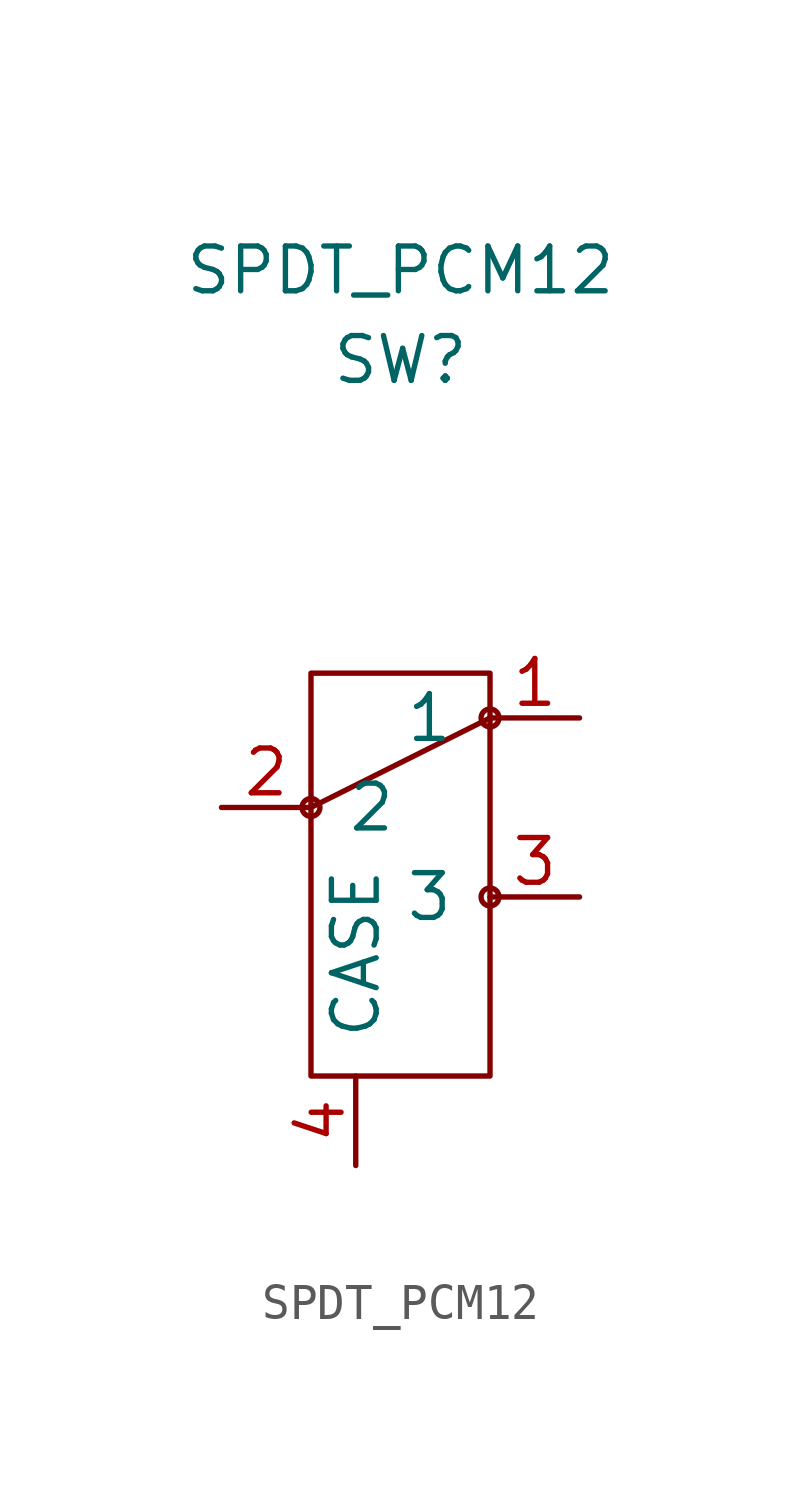
<source format=kicad_sym>
(kicad_symbol_lib
  (version 20220914)
  (generator kicad_symbol_editor)
  (symbol "SPDT_PCM12"
    (pin_names
      (offset 1.016))
    (property "Reference" "SW"
      (at 0 12.7 0)
      (effects (font (size 1.27 1.27))))
    (property "Value" "SPDT_PCM12"
      (at 0 15.24 0)
      (effects (font (size 1.27 1.27))))
    (symbol "SPDT_PCM12_0_1"
      (circle (center -2.54 0) (radius 0.254) (stroke (width 0) (type default)) (fill (type none)))
      (rectangle (start -2.54 3.81) (end 2.54 -7.62) (stroke (width 0) (type default)) (fill (type none)))
      (polyline (pts (xy -2.54 0) (xy 2.54 2.54)) (stroke (width 0) (type default)) (fill (type none)))
      (circle (center 2.54 -2.54) (radius 0.254) (stroke (width 0) (type default)) (fill (type none)))
      (circle (center 2.54 2.54) (radius 0.254) (stroke (width 0) (type default)) (fill (type none))))
    (symbol "SPDT_PCM12_1_1"
      (pin passive line (at 5.08 2.54 180) (length 2.54) (name "1" (effects (font (size 1.27 1.27)))) (number "1" (effects (font (size 1.27 1.27)))))
      (pin passive line (at -5.08 0 0) (length 2.54) (name "2" (effects (font (size 1.27 1.27)))) (number "2" (effects (font (size 1.27 1.27)))))
      (pin passive line (at 5.08 -2.54 180) (length 2.54) (name "3" (effects (font (size 1.27 1.27)))) (number "3" (effects (font (size 1.27 1.27)))))
      (pin passive line (at -1.27 -10.16 90) (length 2.54) (name "CASE" (effects (font (size 1.27 1.27)))) (number "4" (effects (font (size 1.27 1.27)))))
      (pin passive line (at -1.27 -10.16 90) (length 2.54) hide (name "CASE" (effects (font (size 1.27 1.27)))) (number "5" (effects (font (size 1.27 1.27)))))
      (pin passive line (at -1.27 -10.16 90) (length 2.54) hide (name "CASE" (effects (font (size 1.27 1.27)))) (number "6" (effects (font (size 1.27 1.27)))))
      (pin passive line (at -1.27 -10.16 90) (length 2.54) hide (name "CASE" (effects (font (size 1.27 1.27)))) (number "7" (effects (font (size 1.27 1.27))))))))
</source>
